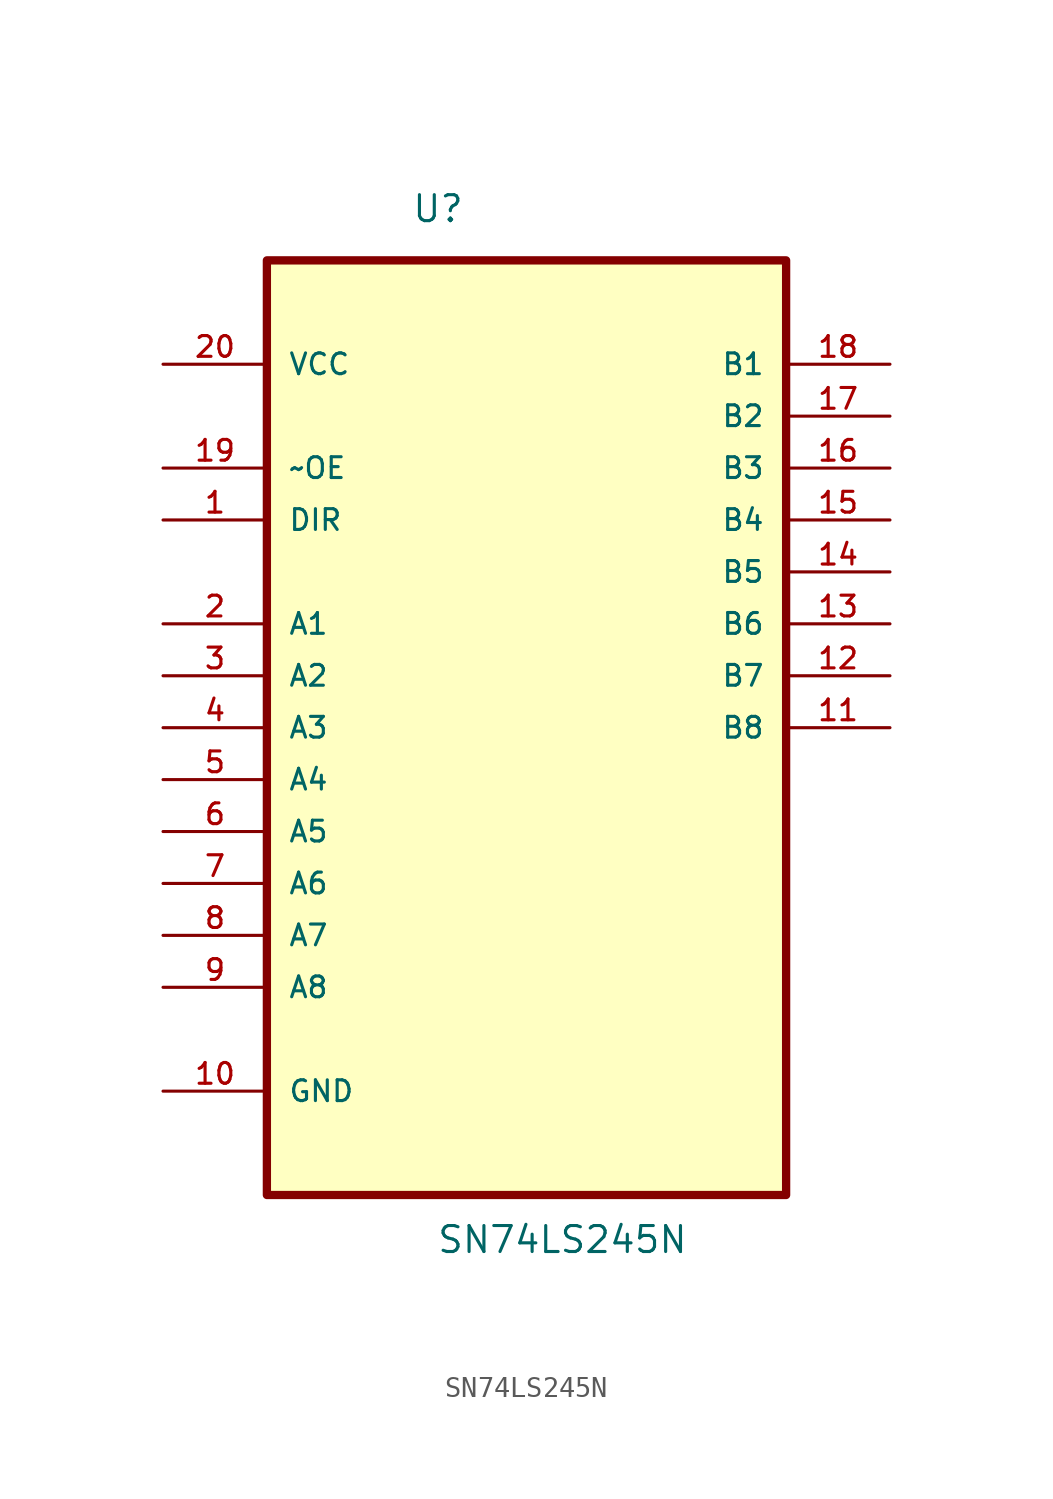
<source format=kicad_sym>
(kicad_symbol_lib
  (version 20211014)
  (generator kicad_symbol_editor)
  (symbol "SN74LS245N"
    (pin_names
      (offset 1.016))
    (property "Reference" "U"
      (at -5.639 22.101 0.0)
      (effects (font (size 1.27 1.27)) (justify bottom left)))
    (property "Value" "SN74LS245N"
      (at -4.421 -28.328 0.0)
      (effects (font (size 1.27 1.27)) (justify bottom left)))
    (symbol "SN74LS245N_0_0"
      (rectangle (start -12.7 -25.4) (end 12.7 20.32) (stroke (width 0.406)) (fill (type background)))
      (pin power_in line (at -17.78 15.24 0) (length 5.08) (name "VCC" (effects (font (size 1.016 1.016)))) (number "20" (effects (font (size 1.016 1.016)))))
      (pin input line (at -17.78 10.16 0) (length 5.08) (name "~OE" (effects (font (size 1.016 1.016)))) (number "19" (effects (font (size 1.016 1.016)))))
      (pin input line (at -17.78 7.62 0) (length 5.08) (name "DIR" (effects (font (size 1.016 1.016)))) (number "1" (effects (font (size 1.016 1.016)))))
      (pin bidirectional line (at -17.78 2.54 0) (length 5.08) (name "A1" (effects (font (size 1.016 1.016)))) (number "2" (effects (font (size 1.016 1.016)))))
      (pin bidirectional line (at -17.78 0.0 0) (length 5.08) (name "A2" (effects (font (size 1.016 1.016)))) (number "3" (effects (font (size 1.016 1.016)))))
      (pin bidirectional line (at -17.78 -2.54 0) (length 5.08) (name "A3" (effects (font (size 1.016 1.016)))) (number "4" (effects (font (size 1.016 1.016)))))
      (pin bidirectional line (at -17.78 -5.08 0) (length 5.08) (name "A4" (effects (font (size 1.016 1.016)))) (number "5" (effects (font (size 1.016 1.016)))))
      (pin bidirectional line (at -17.78 -7.62 0) (length 5.08) (name "A5" (effects (font (size 1.016 1.016)))) (number "6" (effects (font (size 1.016 1.016)))))
      (pin bidirectional line (at -17.78 -10.16 0) (length 5.08) (name "A6" (effects (font (size 1.016 1.016)))) (number "7" (effects (font (size 1.016 1.016)))))
      (pin bidirectional line (at -17.78 -12.7 0) (length 5.08) (name "A7" (effects (font (size 1.016 1.016)))) (number "8" (effects (font (size 1.016 1.016)))))
      (pin bidirectional line (at -17.78 -15.24 0) (length 5.08) (name "A8" (effects (font (size 1.016 1.016)))) (number "9" (effects (font (size 1.016 1.016)))))
      (pin passive line (at -17.78 -20.32 0) (length 5.08) (name "GND" (effects (font (size 1.016 1.016)))) (number "10" (effects (font (size 1.016 1.016)))))
      (pin bidirectional line (at 17.78 15.24 180.0) (length 5.08) (name "B1" (effects (font (size 1.016 1.016)))) (number "18" (effects (font (size 1.016 1.016)))))
      (pin bidirectional line (at 17.78 12.7 180.0) (length 5.08) (name "B2" (effects (font (size 1.016 1.016)))) (number "17" (effects (font (size 1.016 1.016)))))
      (pin bidirectional line (at 17.78 10.16 180.0) (length 5.08) (name "B3" (effects (font (size 1.016 1.016)))) (number "16" (effects (font (size 1.016 1.016)))))
      (pin bidirectional line (at 17.78 7.62 180.0) (length 5.08) (name "B4" (effects (font (size 1.016 1.016)))) (number "15" (effects (font (size 1.016 1.016)))))
      (pin bidirectional line (at 17.78 5.08 180.0) (length 5.08) (name "B5" (effects (font (size 1.016 1.016)))) (number "14" (effects (font (size 1.016 1.016)))))
      (pin bidirectional line (at 17.78 2.54 180.0) (length 5.08) (name "B6" (effects (font (size 1.016 1.016)))) (number "13" (effects (font (size 1.016 1.016)))))
      (pin bidirectional line (at 17.78 0.0 180.0) (length 5.08) (name "B7" (effects (font (size 1.016 1.016)))) (number "12" (effects (font (size 1.016 1.016)))))
      (pin bidirectional line (at 17.78 -2.54 180.0) (length 5.08) (name "B8" (effects (font (size 1.016 1.016)))) (number "11" (effects (font (size 1.016 1.016))))))))
</source>
